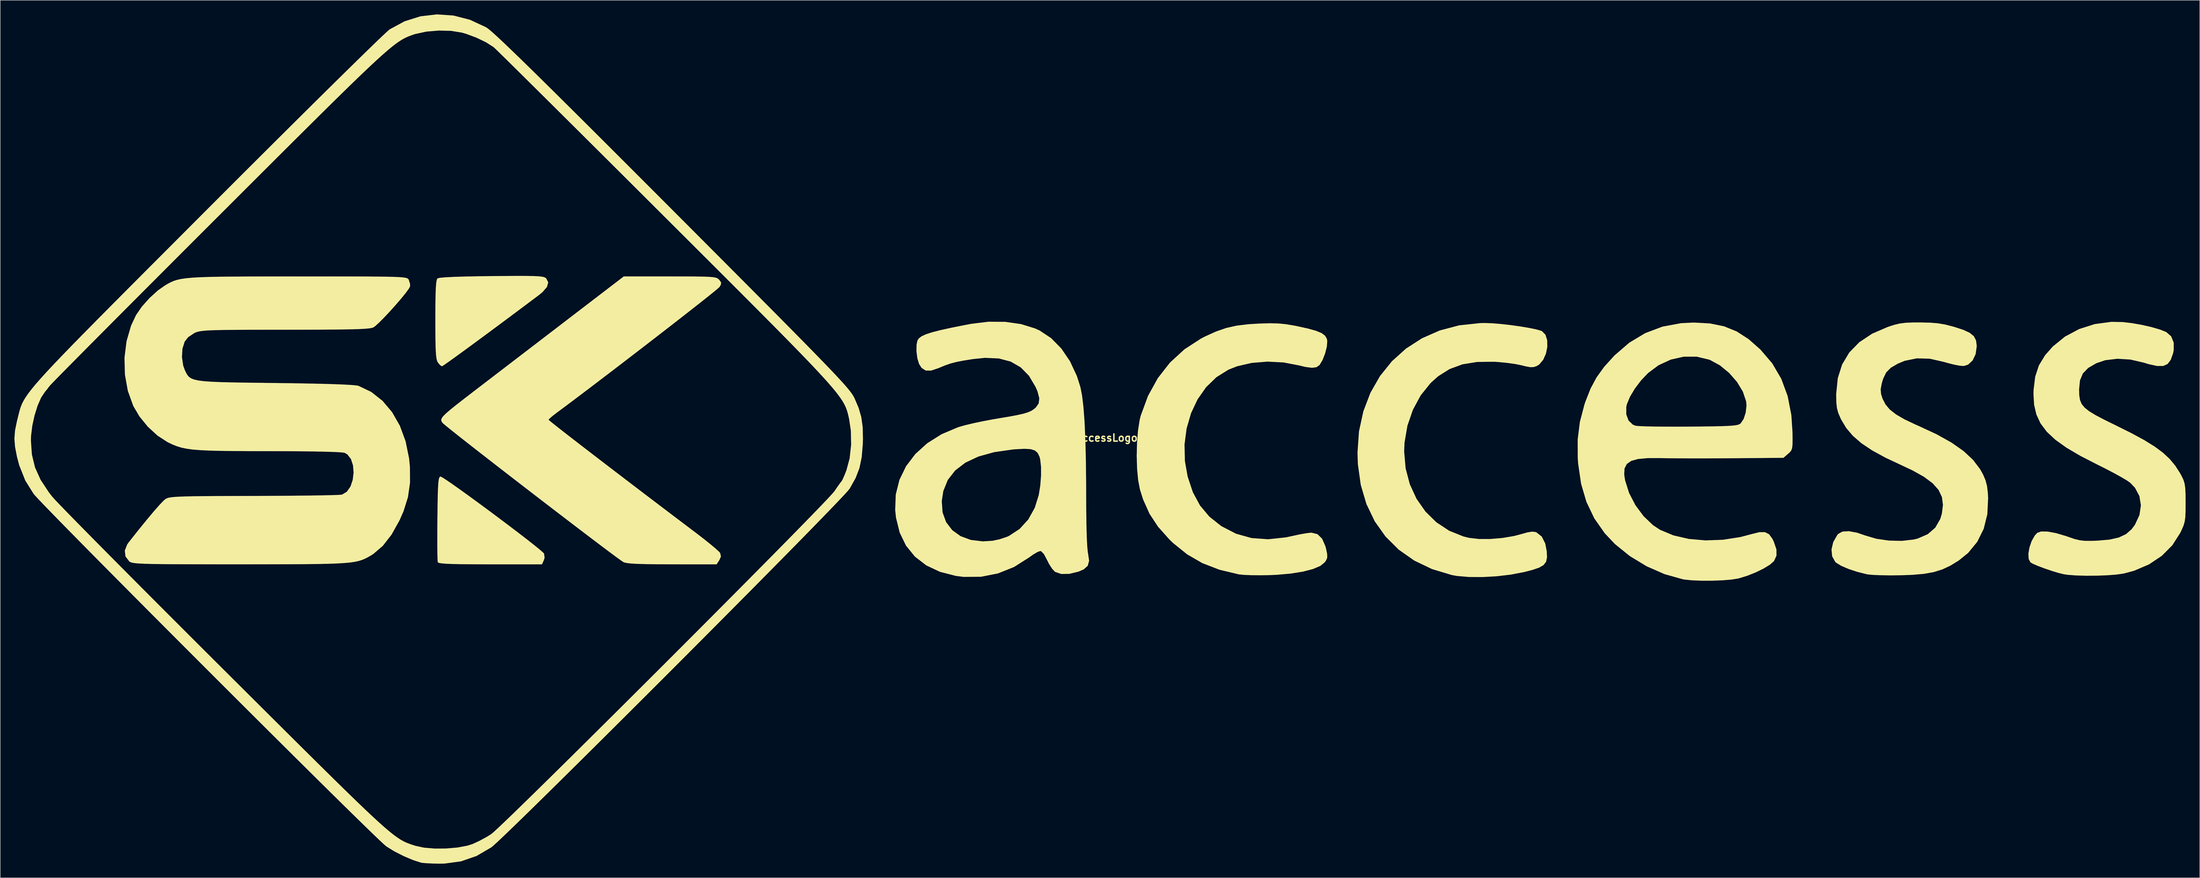
<source format=kicad_pcb>
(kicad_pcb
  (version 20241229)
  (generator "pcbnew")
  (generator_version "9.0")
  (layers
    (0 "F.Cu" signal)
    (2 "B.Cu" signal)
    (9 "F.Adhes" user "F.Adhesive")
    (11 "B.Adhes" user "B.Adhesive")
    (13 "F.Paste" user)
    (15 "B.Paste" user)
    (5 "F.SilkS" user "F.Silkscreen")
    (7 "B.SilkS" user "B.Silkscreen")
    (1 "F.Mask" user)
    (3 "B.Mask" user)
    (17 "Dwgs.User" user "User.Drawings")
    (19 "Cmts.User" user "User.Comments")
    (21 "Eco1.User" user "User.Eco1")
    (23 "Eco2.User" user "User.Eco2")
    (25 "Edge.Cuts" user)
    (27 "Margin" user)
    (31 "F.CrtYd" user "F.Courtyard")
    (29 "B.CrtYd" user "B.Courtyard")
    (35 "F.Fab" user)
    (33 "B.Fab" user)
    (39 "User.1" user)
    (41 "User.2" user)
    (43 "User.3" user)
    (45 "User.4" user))
  (footprint "SKaccessLogo"
    (layer "F.Cu")
    (at 229.979 89.772)
    (property "Reference" "SKaccessLogo" (at 0 0 0) (layer "F.SilkS") (effects (font (size 1.524 1.524) (thickness 0.3))))
    (attr through_hole)
    (fp_poly (pts (xy -139.302 8.379) (xy -138.432 8.936) (xy -137.155 9.811) (xy -135.547 10.948) (xy -133.684 12.29) (xy -131.642 13.781) (xy -129.496 15.364) (xy -127.323 16.983) (xy -125.199 18.581) (xy -123.198 20.102) (xy -121.398 21.489) (xy -119.874 22.686) (xy -118.702 23.636) (xy -117.957 24.284) (xy -117.726 24.536) (xy -117.609 25.43) (xy -117.781 25.968) (xy -118.165 26.811) (xy -129.12 26.811) (xy -132.341 26.805) (xy -134.917 26.785) (xy -136.909 26.748) (xy -138.375 26.693) (xy -139.378 26.616) (xy -139.977 26.515) (xy -140.233 26.389) (xy -140.247 26.364) (xy -140.29 25.9) (xy -140.322 24.832) (xy -140.342 23.26) (xy -140.348 21.286) (xy -140.34 19.01) (xy -140.324 17.108) (xy -140.289 14.35) (xy -140.248 12.219) (xy -140.195 10.636) (xy -140.125 9.523) (xy -140.031 8.801) (xy -139.908 8.392) (xy -139.751 8.216) (xy -139.689 8.196) (xy -139.302 8.379)) (stroke (width 0.01) (type solid)) (fill yes) (layer "F.SilkS"))
    (fp_poly (pts (xy -121.353 -34.322) (xy -119.909 -34.295) (xy -118.866 -34.244) (xy -118.15 -34.165) (xy -117.684 -34.056) (xy -117.392 -33.912) (xy -117.268 -33.808) (xy -116.841 -32.97) (xy -117.104 -31.996) (xy -118.052 -30.892) (xy -118.784 -30.293) (xy -121.657 -28.136) (xy -124.498 -26.013) (xy -127.251 -23.964) (xy -129.859 -22.031) (xy -132.266 -20.256) (xy -134.415 -18.68) (xy -136.248 -17.345) (xy -137.711 -16.293) (xy -138.745 -15.565) (xy -139.294 -15.203) (xy -139.365 -15.169) (xy -139.765 -15.428) (xy -140.209 -15.953) (xy -140.388 -16.31) (xy -140.525 -16.861) (xy -140.624 -17.694) (xy -140.692 -18.897) (xy -140.734 -20.558) (xy -140.754 -22.764) (xy -140.758 -25.083) (xy -140.749 -27.901) (xy -140.718 -30.082) (xy -140.663 -31.695) (xy -140.579 -32.806) (xy -140.463 -33.484) (xy -140.312 -33.797) (xy -140.306 -33.803) (xy -139.802 -33.925) (xy -138.616 -34.033) (xy -136.773 -34.125) (xy -134.295 -34.2) (xy -131.207 -34.259) (xy -128.855 -34.287) (xy -125.75 -34.315) (xy -123.275 -34.327) (xy -121.353 -34.322)) (stroke (width 0.01) (type solid)) (fill yes) (layer "F.SilkS"))
    (fp_poly (pts (xy 83.256 -24.284) (xy 85.093 -24.131) (xy 87.092 -23.904) (xy 89.095 -23.626) (xy 90.94 -23.321) (xy 92.469 -23.011) (xy 93.522 -22.719) (xy 93.786 -22.606) (xy 94.517 -21.849) (xy 94.881 -20.686) (xy 94.905 -19.296) (xy 94.615 -17.859) (xy 94.037 -16.554) (xy 93.199 -15.561) (xy 92.691 -15.238) (xy 92.03 -15.006) (xy 91.293 -14.984) (xy 90.246 -15.18) (xy 89.516 -15.367) (xy 88.175 -15.643) (xy 86.416 -15.892) (xy 84.526 -16.077) (xy 83.604 -16.134) (xy 80.025 -16.094) (xy 76.915 -15.587) (xy 74.192 -14.585) (xy 71.773 -13.061) (xy 70.191 -11.644) (xy 68.078 -9.02) (xy 66.414 -5.948) (xy 65.252 -2.561) (xy 64.643 1.005) (xy 64.563 2.873) (xy 64.874 6.47) (xy 65.764 9.839) (xy 67.181 12.913) (xy 69.076 15.624) (xy 71.398 17.906) (xy 74.096 19.689) (xy 77.12 20.908) (xy 78.294 21.199) (xy 80.352 21.442) (xy 82.806 21.446) (xy 85.397 21.23) (xy 87.864 20.811) (xy 89.194 20.464) (xy 90.662 20.053) (xy 91.655 19.889) (xy 92.35 19.952) (xy 92.615 20.049) (xy 93.733 20.936) (xy 94.466 22.406) (xy 94.784 24.05) (xy 94.841 25.305) (xy 94.654 26.244) (xy 94.128 26.952) (xy 93.17 27.514) (xy 91.686 28.016) (xy 89.944 28.459) (xy 87.173 28.987) (xy 84.17 29.341) (xy 81.137 29.512) (xy 78.271 29.494) (xy 75.774 29.278) (xy 74.667 29.08) (xy 70.467 27.814) (xy 66.711 26.012) (xy 63.42 23.702) (xy 60.619 20.915) (xy 58.329 17.681) (xy 56.575 14.028) (xy 55.378 9.988) (xy 54.763 5.59) (xy 54.681 3.175) (xy 54.998 -1.375) (xy 55.925 -5.631) (xy 57.423 -9.552) (xy 59.452 -13.098) (xy 61.975 -16.232) (xy 64.952 -18.913) (xy 68.345 -21.102) (xy 72.114 -22.759) (xy 76.222 -23.846) (xy 80.629 -24.322) (xy 81.741 -24.341) (xy 83.256 -24.284)) (stroke (width 0.01) (type solid)) (fill yes) (layer "F.SilkS"))
    (fp_poly (pts (xy 37.835 -24.25) (xy 39.464 -24.095) (xy 41.229 -23.801) (xy 41.981 -23.651) (xy 44.266 -23.145) (xy 45.938 -22.673) (xy 47.088 -22.191) (xy 47.802 -21.654) (xy 48.17 -21.019) (xy 48.266 -20.534) (xy 48.181 -19.352) (xy 47.813 -17.898) (xy 47.265 -16.49) (xy 46.639 -15.447) (xy 46.629 -15.434) (xy 45.988 -14.983) (xy 45.025 -14.852) (xy 43.626 -15.037) (xy 42.333 -15.351) (xy 39.015 -15.987) (xy 35.595 -16.163) (xy 32.254 -15.891) (xy 29.174 -15.181) (xy 27.319 -14.453) (xy 24.773 -12.86) (xy 22.579 -10.727) (xy 20.772 -8.143) (xy 19.386 -5.197) (xy 18.455 -1.978) (xy 18.013 1.425) (xy 18.094 4.921) (xy 18.674 8.2) (xy 19.785 11.537) (xy 21.296 14.339) (xy 23.263 16.687) (xy 25.741 18.661) (xy 25.892 18.759) (xy 28.944 20.333) (xy 32.22 21.247) (xy 35.731 21.503) (xy 39.491 21.103) (xy 40.856 20.811) (xy 42.365 20.482) (xy 43.753 20.235) (xy 44.77 20.114) (xy 44.94 20.108) (xy 46.196 20.424) (xy 47.171 21.374) (xy 47.872 22.969) (xy 48.029 23.567) (xy 48.254 24.691) (xy 48.256 25.41) (xy 48.008 25.996) (xy 47.741 26.379) (xy 46.805 27.141) (xy 45.243 27.805) (xy 43.13 28.353) (xy 40.542 28.768) (xy 37.553 29.032) (xy 35.983 29.101) (xy 34.046 29.132) (xy 32.203 29.113) (xy 30.649 29.05) (xy 29.584 28.946) (xy 29.513 28.934) (xy 25.412 27.952) (xy 21.805 26.558) (xy 18.574 24.693) (xy 15.6 22.297) (xy 14.804 21.529) (xy 12.414 18.846) (xy 10.6 16.091) (xy 9.243 13.065) (xy 8.572 10.936) (xy 8.195 8.972) (xy 7.967 6.53) (xy 7.888 3.821) (xy 7.955 1.056) (xy 8.165 -1.554) (xy 8.516 -3.799) (xy 8.736 -4.689) (xy 10.284 -8.89) (xy 12.364 -12.658) (xy 14.95 -15.963) (xy 18.016 -18.774) (xy 21.538 -21.059) (xy 22.401 -21.502) (xy 24.715 -22.547) (xy 26.863 -23.29) (xy 29.075 -23.786) (xy 31.58 -24.089) (xy 33.867 -24.226) (xy 36.062 -24.288) (xy 37.835 -24.25)) (stroke (width 0.01) (type solid)) (fill yes) (layer "F.SilkS"))
    (fp_poly (pts (xy -88.146 -34.217) (xy -85.88 -34.206) (xy -84.154 -34.182) (xy -82.887 -34.138) (xy -81.995 -34.07) (xy -81.397 -33.971) (xy -81.011 -33.836) (xy -80.753 -33.66) (xy -80.618 -33.523) (xy -80.204 -32.956) (xy -80.26 -32.453) (xy -80.54 -31.984) (xy -80.891 -31.657) (xy -81.746 -30.947) (xy -83.05 -29.898) (xy -84.744 -28.555) (xy -86.771 -26.962) (xy -89.076 -25.162) (xy -91.599 -23.2) (xy -94.285 -21.121) (xy -97.077 -18.967) (xy -99.916 -16.783) (xy -102.747 -14.614) (xy -105.512 -12.503) (xy -108.154 -10.494) (xy -110.616 -8.632) (xy -112.84 -6.96) (xy -114.771 -5.523) (xy -115.084 -5.292) (xy -115.981 -4.597) (xy -116.591 -4.059) (xy -116.764 -3.836) (xy -116.491 -3.585) (xy -115.702 -2.944) (xy -114.441 -1.948) (xy -112.755 -0.633) (xy -110.69 0.967) (xy -108.292 2.816) (xy -105.606 4.878) (xy -102.679 7.12) (xy -99.556 9.504) (xy -96.284 11.997) (xy -92.907 14.563) (xy -89.474 17.166) (xy -86.028 19.771) (xy -85.617 20.081) (xy -83.992 21.33) (xy -82.555 22.477) (xy -81.405 23.438) (xy -80.645 24.13) (xy -80.388 24.426) (xy -80.241 25.172) (xy -80.593 25.953) (xy -81.155 26.811) (xy -90.584 26.809) (xy -93.648 26.799) (xy -96.075 26.769) (xy -97.933 26.717) (xy -99.292 26.638) (xy -100.219 26.529) (xy -100.784 26.388) (xy -100.894 26.338) (xy -101.387 26.011) (xy -102.369 25.301) (xy -103.785 24.251) (xy -105.578 22.906) (xy -107.69 21.309) (xy -110.067 19.503) (xy -112.649 17.533) (xy -115.382 15.442) (xy -118.209 13.273) (xy -121.072 11.07) (xy -123.915 8.878) (xy -126.681 6.739) (xy -129.313 4.696) (xy -131.756 2.795) (xy -133.952 1.078) (xy -135.844 -0.41) (xy -137.376 -1.627) (xy -138.492 -2.529) (xy -139.133 -3.071) (xy -139.265 -3.202) (xy -139.448 -3.498) (xy -139.52 -3.791) (xy -139.427 -4.129) (xy -139.117 -4.565) (xy -138.536 -5.15) (xy -137.631 -5.934) (xy -136.349 -6.968) (xy -134.637 -8.304) (xy -132.442 -9.993) (xy -131.233 -10.919) (xy -129.253 -12.436) (xy -126.831 -14.291) (xy -124.086 -16.394) (xy -121.136 -18.655) (xy -118.099 -20.981) (xy -115.095 -23.284) (xy -112.413 -25.339) (xy -100.824 -34.219) (xy -91.036 -34.219) (xy -88.146 -34.217)) (stroke (width 0.01) (type solid)) (fill yes) (layer "F.SilkS"))
    (fp_poly (pts (xy 176.054 -24.415) (xy 177.766 -24.272) (xy 179.335 -23.996) (xy 181.041 -23.551) (xy 181.106 -23.533) (xy 183.078 -22.891) (xy 184.448 -22.253) (xy 185.312 -21.535) (xy 185.768 -20.654) (xy 185.913 -19.526) (xy 185.914 -19.393) (xy 185.683 -17.751) (xy 185.05 -16.419) (xy 184.103 -15.533) (xy 183.197 -15.237) (xy 182.359 -15.292) (xy 181.084 -15.533) (xy 179.599 -15.913) (xy 179.048 -16.077) (xy 176.002 -16.775) (xy 173.233 -16.862) (xy 170.662 -16.336) (xy 169.205 -15.738) (xy 167.715 -14.868) (xy 166.734 -13.876) (xy 166.081 -12.536) (xy 165.775 -11.488) (xy 165.554 -10.288) (xy 165.638 -9.29) (xy 165.965 -8.284) (xy 166.583 -7.075) (xy 167.506 -5.987) (xy 168.827 -4.954) (xy 170.634 -3.906) (xy 173.017 -2.778) (xy 173.635 -2.509) (xy 177.434 -0.744) (xy 180.581 1.014) (xy 183.128 2.804) (xy 185.127 4.666) (xy 186.631 6.639) (xy 187.248 7.749) (xy 187.775 8.978) (xy 188.097 10.208) (xy 188.273 11.712) (xy 188.33 12.786) (xy 188.163 16.194) (xy 187.391 19.289) (xy 186.031 22.033) (xy 184.101 24.388) (xy 182.096 26.009) (xy 180.348 27.083) (xy 178.64 27.885) (xy 176.819 28.453) (xy 174.732 28.827) (xy 172.226 29.044) (xy 169.686 29.134) (xy 167.653 29.151) (xy 165.742 29.126) (xy 164.123 29.063) (xy 162.967 28.967) (xy 162.655 28.917) (xy 160.629 28.412) (xy 158.761 27.795) (xy 157.213 27.132) (xy 156.149 26.484) (xy 155.936 26.291) (xy 155.281 25.112) (xy 155.145 23.655) (xy 155.51 22.097) (xy 156.356 20.617) (xy 156.557 20.373) (xy 157.44 19.877) (xy 158.8 19.791) (xy 160.547 20.111) (xy 162.25 20.69) (xy 164.619 21.394) (xy 167.303 21.784) (xy 170.032 21.847) (xy 172.536 21.564) (xy 173.413 21.352) (xy 175.543 20.425) (xy 177.138 19.038) (xy 178.197 17.192) (xy 178.533 16.067) (xy 178.764 14.212) (xy 178.546 12.557) (xy 177.836 11.05) (xy 176.59 9.64) (xy 174.764 8.273) (xy 172.316 6.899) (xy 170.038 5.828) (xy 166.591 4.209) (xy 163.764 2.665) (xy 161.483 1.139) (xy 159.673 -0.427) (xy 158.263 -2.089) (xy 157.176 -3.904) (xy 157.026 -4.217) (xy 156.563 -5.317) (xy 156.291 -6.336) (xy 156.164 -7.529) (xy 156.14 -9.146) (xy 156.142 -9.349) (xy 156.472 -12.641) (xy 157.395 -15.557) (xy 158.915 -18.1) (xy 161.034 -20.271) (xy 163.755 -22.076) (xy 167.078 -23.515) (xy 167.079 -23.515) (xy 168.442 -23.956) (xy 169.628 -24.238) (xy 170.873 -24.395) (xy 172.409 -24.457) (xy 173.919 -24.463) (xy 176.054 -24.415)) (stroke (width 0.01) (type solid)) (fill yes) (layer "F.SilkS"))
    (fp_poly (pts (xy 216.782 -24.549) (xy 218.77 -24.321) (xy 220.904 -23.946) (xy 222.974 -23.474) (xy 224.768 -22.953) (xy 226.074 -22.431) (xy 226.093 -22.421) (xy 227.126 -21.516) (xy 227.662 -20.191) (xy 227.663 -18.559) (xy 227.529 -17.926) (xy 227.041 -16.554) (xy 226.38 -15.67) (xy 225.447 -15.241) (xy 224.144 -15.237) (xy 222.372 -15.626) (xy 221.317 -15.947) (xy 218.501 -16.599) (xy 215.727 -16.771) (xy 213.162 -16.464) (xy 211.282 -15.832) (xy 209.538 -14.822) (xy 208.407 -13.649) (xy 207.795 -12.171) (xy 207.61 -10.247) (xy 207.61 -10.231) (xy 207.645 -9.023) (xy 207.8 -8.033) (xy 208.149 -7.189) (xy 208.767 -6.418) (xy 209.729 -5.649) (xy 211.108 -4.809) (xy 212.979 -3.827) (xy 215.418 -2.629) (xy 215.499 -2.59) (xy 218.765 -0.962) (xy 221.447 0.496) (xy 223.628 1.848) (xy 225.392 3.158) (xy 226.82 4.489) (xy 227.995 5.907) (xy 229.001 7.473) (xy 229.351 8.114) (xy 229.722 8.895) (xy 229.965 9.674) (xy 230.106 10.626) (xy 230.171 11.929) (xy 230.188 13.76) (xy 230.188 13.766) (xy 230.176 15.555) (xy 230.119 16.835) (xy 229.98 17.802) (xy 229.726 18.654) (xy 229.319 19.586) (xy 229.047 20.147) (xy 227.37 22.77) (xy 225.136 25.013) (xy 222.413 26.831) (xy 219.266 28.173) (xy 217.104 28.752) (xy 215.595 28.974) (xy 213.613 29.129) (xy 211.368 29.215) (xy 209.07 29.228) (xy 206.928 29.167) (xy 205.153 29.029) (xy 204.357 28.909) (xy 203.226 28.629) (xy 201.818 28.2) (xy 200.326 27.691) (xy 198.944 27.172) (xy 197.865 26.712) (xy 197.303 26.395) (xy 196.925 25.666) (xy 196.873 24.535) (xy 197.104 23.2) (xy 197.57 21.859) (xy 198.227 20.708) (xy 198.754 20.138) (xy 199.598 19.847) (xy 200.963 19.874) (xy 202.749 20.207) (xy 204.856 20.832) (xy 205.317 20.995) (xy 206.638 21.444) (xy 207.729 21.714) (xy 208.843 21.836) (xy 210.229 21.844) (xy 211.518 21.797) (xy 214.058 21.576) (xy 216.031 21.132) (xy 217.556 20.415) (xy 218.749 19.374) (xy 219.453 18.424) (xy 220.409 16.367) (xy 220.72 14.305) (xy 220.398 12.34) (xy 219.455 10.572) (xy 218.429 9.504) (xy 217.683 8.99) (xy 216.434 8.253) (xy 214.816 7.365) (xy 212.965 6.402) (xy 211.49 5.669) (xy 207.902 3.828) (xy 204.953 2.093) (xy 202.593 0.405) (xy 200.775 -1.291) (xy 199.45 -3.053) (xy 198.569 -4.938) (xy 198.085 -7.001) (xy 197.948 -9.301) (xy 197.974 -10.181) (xy 198.315 -12.971) (xy 199.096 -15.348) (xy 200.405 -17.506) (xy 202.041 -19.359) (xy 204.629 -21.461) (xy 207.631 -23.061) (xy 210.931 -24.115) (xy 214.41 -24.584) (xy 216.782 -24.549)) (stroke (width 0.01) (type solid)) (fill yes) (layer "F.SilkS"))
    (fp_poly (pts (xy 129.381 -24.25) (xy 132.364 -23.643) (xy 135.042 -22.556) (xy 137.568 -20.927) (xy 140.085 -18.704) (xy 142.579 -15.782) (xy 144.492 -12.517) (xy 145.836 -8.88) (xy 146.625 -4.839) (xy 146.863 -1.296) (xy 146.887 0.389) (xy 146.867 1.521) (xy 146.772 2.251) (xy 146.573 2.731) (xy 146.239 3.114) (xy 145.942 3.378) (xy 144.952 4.233) (xy 134.124 4.322) (xy 131.163 4.34) (xy 128.196 4.35) (xy 125.36 4.349) (xy 122.794 4.34) (xy 120.638 4.322) (xy 119.029 4.296) (xy 118.859 4.291) (xy 116.188 4.292) (xy 114.15 4.478) (xy 112.689 4.884) (xy 111.748 5.547) (xy 111.271 6.502) (xy 111.202 7.783) (xy 111.386 8.992) (xy 112.236 11.688) (xy 113.581 14.28) (xy 115.307 16.606) (xy 117.299 18.505) (xy 118.793 19.494) (xy 121.617 20.677) (xy 124.87 21.429) (xy 128.414 21.742) (xy 132.114 21.612) (xy 135.835 21.031) (xy 138.199 20.409) (xy 139.85 19.999) (xy 141.038 19.994) (xy 141.908 20.443) (xy 142.605 21.394) (xy 142.885 21.961) (xy 143.458 23.625) (xy 143.482 24.963) (xy 142.959 26.093) (xy 142.905 26.164) (xy 142.077 26.892) (xy 140.746 27.704) (xy 139.095 28.512) (xy 137.306 29.228) (xy 135.56 29.764) (xy 135.377 29.809) (xy 133.93 30.041) (xy 132.003 30.199) (xy 129.821 30.281) (xy 127.604 30.283) (xy 125.576 30.203) (xy 123.959 30.036) (xy 123.649 29.981) (xy 119.755 28.889) (xy 115.955 27.22) (xy 112.397 25.061) (xy 109.232 22.502) (xy 107.079 20.22) (xy 104.865 17.057) (xy 103.203 13.583) (xy 102.07 9.733) (xy 101.444 5.444) (xy 101.36 4.233) (xy 101.353 0.29) (xy 101.814 -3.382) (xy 102.649 -6.563) (xy 111.641 -6.563) (xy 111.645 -4.947) (xy 112.135 -3.646) (xy 113.05 -2.783) (xy 113.599 -2.567) (xy 114.215 -2.499) (xy 115.437 -2.444) (xy 117.165 -2.401) (xy 119.299 -2.374) (xy 121.74 -2.364) (xy 124.386 -2.372) (xy 124.938 -2.376) (xy 127.946 -2.405) (xy 130.327 -2.438) (xy 132.16 -2.483) (xy 133.524 -2.542) (xy 134.496 -2.622) (xy 135.156 -2.726) (xy 135.582 -2.861) (xy 135.853 -3.03) (xy 135.876 -3.05) (xy 136.521 -4.003) (xy 136.962 -5.362) (xy 137.127 -6.842) (xy 137.053 -7.729) (xy 136.358 -9.795) (xy 135.11 -11.86) (xy 133.444 -13.769) (xy 131.498 -15.369) (xy 129.408 -16.507) (xy 129.204 -16.587) (xy 126.559 -17.216) (xy 123.804 -17.208) (xy 121.068 -16.591) (xy 118.477 -15.394) (xy 116.265 -13.743) (xy 114.781 -12.185) (xy 113.461 -10.444) (xy 112.418 -8.698) (xy 111.769 -7.129) (xy 111.641 -6.563) (xy 102.649 -6.563) (xy 102.782 -7.069) (xy 102.986 -7.677) (xy 104.076 -10.443) (xy 105.356 -12.829) (xy 106.971 -15.064) (xy 109.065 -17.376) (xy 109.185 -17.497) (xy 112.283 -20.17) (xy 115.658 -22.195) (xy 119.313 -23.573) (xy 123.255 -24.306) (xy 125.942 -24.439) (xy 129.381 -24.25)) (stroke (width 0.01) (type solid)) (fill yes) (layer "F.SilkS"))
    (fp_poly (pts (xy -19.968 -24.589) (xy -16.627 -24.109) (xy -13.653 -23.19) (xy -12.683 -22.746) (xy -10.259 -21.137) (xy -8.095 -18.937) (xy -6.255 -16.231) (xy -4.798 -13.105) (xy -4.053 -10.76) (xy -3.702 -8.985) (xy -3.41 -6.562) (xy -3.179 -3.48) (xy -3.006 0.271) (xy -2.892 4.701) (xy -2.836 9.82) (xy -2.83 12.103) (xy -2.813 15.638) (xy -2.769 18.659) (xy -2.699 21.123) (xy -2.605 22.988) (xy -2.487 24.211) (xy -2.422 24.559) (xy -2.208 26.052) (xy -2.493 27.116) (xy -3.347 27.883) (xy -4.446 28.356) (xy -6.423 28.835) (xy -8.114 28.854) (xy -9.397 28.411) (xy -9.466 28.365) (xy -10.051 27.734) (xy -10.707 26.707) (xy -11.112 25.896) (xy -11.769 24.654) (xy -12.352 24.045) (xy -12.56 23.989) (xy -13.141 24.194) (xy -14.054 24.73) (xy -14.968 25.381) (xy -18.113 27.375) (xy -21.519 28.737) (xy -25.104 29.444) (xy -28.784 29.476) (xy -30.422 29.269) (xy -33.814 28.4) (xy -36.72 27.028) (xy -39.123 25.173) (xy -41.004 22.853) (xy -42.346 20.09) (xy -43.131 16.902) (xy -43.299 15.3) (xy -43.229 13.406) (xy -33.433 13.406) (xy -33.265 15.806) (xy -32.509 17.874) (xy -31.222 19.566) (xy -29.458 20.838) (xy -27.275 21.647) (xy -24.728 21.949) (xy -22.663 21.822) (xy -21.187 21.509) (xy -19.674 21.008) (xy -19.185 20.794) (xy -16.935 19.321) (xy -15.095 17.308) (xy -13.711 14.819) (xy -12.872 12.123) (xy -12.549 10.113) (xy -12.387 8.038) (xy -12.392 6.112) (xy -12.568 4.55) (xy -12.718 3.982) (xy -13.104 3.196) (xy -13.692 2.677) (xy -14.597 2.394) (xy -15.934 2.318) (xy -17.817 2.416) (xy -18.421 2.468) (xy -22.341 3.031) (xy -25.681 3.963) (xy -28.434 5.258) (xy -30.595 6.912) (xy -32.156 8.92) (xy -33.111 11.278) (xy -33.433 13.406) (xy -43.229 13.406) (xy -43.177 12.015) (xy -42.398 8.907) (xy -41.001 6.026) (xy -39.022 3.42) (xy -36.499 1.139) (xy -33.469 -0.767) (xy -29.971 -2.25) (xy -29.934 -2.262) (xy -28.603 -2.646) (xy -26.781 -3.084) (xy -24.675 -3.53) (xy -22.491 -3.939) (xy -21.708 -4.072) (xy -19.288 -4.478) (xy -17.458 -4.817) (xy -16.107 -5.121) (xy -15.127 -5.42) (xy -14.407 -5.747) (xy -13.838 -6.134) (xy -13.494 -6.435) (xy -12.885 -7.3) (xy -12.759 -8.38) (xy -13.118 -9.79) (xy -13.539 -10.783) (xy -14.943 -13.153) (xy -16.692 -14.944) (xy -18.813 -16.167) (xy -21.334 -16.836) (xy -24.284 -16.963) (xy -26.811 -16.706) (xy -28.816 -16.384) (xy -30.329 -16.091) (xy -31.558 -15.773) (xy -32.712 -15.373) (xy -33.998 -14.839) (xy -34.084 -14.801) (xy -35.654 -14.272) (xy -36.828 -14.273) (xy -37.698 -14.821) (xy -38.234 -15.66) (xy -38.601 -16.853) (xy -38.788 -18.321) (xy -38.771 -19.733) (xy -38.586 -20.622) (xy -38.286 -21.088) (xy -37.716 -21.521) (xy -36.809 -21.942) (xy -35.497 -22.372) (xy -33.715 -22.832) (xy -31.394 -23.342) (xy -28.467 -23.924) (xy -27.164 -24.172) (xy -23.529 -24.615) (xy -19.968 -24.589)) (stroke (width 0.01) (type solid)) (fill yes) (layer "F.SilkS"))
    (fp_poly (pts (xy -161.26 -34.214) (xy -157.926 -34.21) (xy -155.145 -34.2) (xy -152.863 -34.183) (xy -151.031 -34.159) (xy -149.596 -34.124) (xy -148.508 -34.078) (xy -147.716 -34.02) (xy -147.167 -33.947) (xy -146.81 -33.858) (xy -146.595 -33.751) (xy -146.47 -33.625) (xy -146.393 -33.496) (xy -146.125 -32.637) (xy -146.116 -32.124) (xy -146.399 -31.59) (xy -147.074 -30.672) (xy -148.037 -29.489) (xy -149.183 -28.158) (xy -150.407 -26.796) (xy -151.604 -25.52) (xy -152.669 -24.448) (xy -153.497 -23.698) (xy -153.882 -23.426) (xy -154.213 -23.311) (xy -154.765 -23.214) (xy -155.591 -23.134) (xy -156.748 -23.069) (xy -158.291 -23.019) (xy -160.276 -22.981) (xy -162.759 -22.953) (xy -165.794 -22.936) (xy -169.439 -22.926) (xy -172.579 -22.923) (xy -176.592 -22.92) (xy -179.961 -22.913) (xy -182.75 -22.9) (xy -185.02 -22.879) (xy -186.834 -22.848) (xy -188.253 -22.805) (xy -189.342 -22.746) (xy -190.161 -22.671) (xy -190.772 -22.576) (xy -191.24 -22.461) (xy -191.625 -22.321) (xy -191.8 -22.245) (xy -193.156 -21.345) (xy -193.894 -20.401) (xy -194.365 -18.908) (xy -194.469 -17.118) (xy -194.209 -15.336) (xy -193.854 -14.342) (xy -193.585 -13.783) (xy -193.313 -13.314) (xy -192.978 -12.925) (xy -192.52 -12.609) (xy -191.877 -12.357) (xy -190.988 -12.159) (xy -189.795 -12.008) (xy -188.235 -11.895) (xy -186.248 -11.811) (xy -183.774 -11.748) (xy -180.752 -11.698) (xy -177.121 -11.651) (xy -174.625 -11.62) (xy -170.018 -11.556) (xy -166.1 -11.482) (xy -162.876 -11.398) (xy -160.346 -11.305) (xy -158.515 -11.203) (xy -157.385 -11.091) (xy -157.045 -11.019) (xy -154.346 -9.729) (xy -151.961 -7.85) (xy -149.929 -5.444) (xy -148.288 -2.57) (xy -147.077 0.708) (xy -146.334 4.332) (xy -146.152 6.214) (xy -146.137 9.547) (xy -146.571 12.57) (xy -147.506 15.554) (xy -148.343 17.462) (xy -150.039 20.504) (xy -151.905 22.9) (xy -153.924 24.628) (xy -154.37 24.907) (xy -155.007 25.273) (xy -155.613 25.589) (xy -156.243 25.858) (xy -156.953 26.084) (xy -157.798 26.271) (xy -158.832 26.423) (xy -160.112 26.542) (xy -161.693 26.634) (xy -163.629 26.701) (xy -165.976 26.748) (xy -168.789 26.778) (xy -172.123 26.796) (xy -176.034 26.804) (xy -180.577 26.807) (xy -182.259 26.807) (xy -186.829 26.807) (xy -190.746 26.803) (xy -194.062 26.796) (xy -196.829 26.782) (xy -199.099 26.762) (xy -200.925 26.732) (xy -202.359 26.693) (xy -203.453 26.642) (xy -204.26 26.579) (xy -204.831 26.502) (xy -205.219 26.409) (xy -205.476 26.3) (xy -205.629 26.194) (xy -206.433 25.138) (xy -206.577 23.906) (xy -206.06 22.585) (xy -205.781 22.191) (xy -203.771 19.652) (xy -201.979 17.442) (xy -200.447 15.613) (xy -199.218 14.214) (xy -198.336 13.296) (xy -197.947 12.967) (xy -197.693 12.828) (xy -197.345 12.711) (xy -196.842 12.614) (xy -196.124 12.536) (xy -195.131 12.473) (xy -193.804 12.424) (xy -192.082 12.387) (xy -189.906 12.36) (xy -187.216 12.341) (xy -183.952 12.327) (xy -180.054 12.316) (xy -179.211 12.314) (xy -175.706 12.302) (xy -172.396 12.282) (xy -169.352 12.255) (xy -166.645 12.222) (xy -164.345 12.184) (xy -162.523 12.141) (xy -161.251 12.096) (xy -160.598 12.049) (xy -160.546 12.039) (xy -159.51 11.418) (xy -158.748 10.32) (xy -158.27 8.913) (xy -158.087 7.361) (xy -158.209 5.832) (xy -158.646 4.493) (xy -159.409 3.509) (xy -159.991 3.173) (xy -160.573 3.087) (xy -161.81 3.011) (xy -163.65 2.945) (xy -166.041 2.892) (xy -168.934 2.853) (xy -172.277 2.827) (xy -176.018 2.817) (xy -176.147 2.817) (xy -180.168 2.812) (xy -183.554 2.794) (xy -186.378 2.758) (xy -188.71 2.697) (xy -190.621 2.605) (xy -192.184 2.475) (xy -193.469 2.301) (xy -194.547 2.076) (xy -195.49 1.794) (xy -196.37 1.448) (xy -197.256 1.032) (xy -197.556 0.882) (xy -199.659 -0.487) (xy -201.692 -2.357) (xy -203.47 -4.534) (xy -204.777 -6.754) (xy -205.932 -9.954) (xy -206.552 -13.414) (xy -206.642 -16.977) (xy -206.206 -20.487) (xy -205.25 -23.786) (xy -204.192 -26.031) (xy -202.958 -27.819) (xy -201.331 -29.642) (xy -199.543 -31.264) (xy -198.009 -32.342) (xy -197.385 -32.701) (xy -196.79 -33.011) (xy -196.168 -33.275) (xy -195.465 -33.497) (xy -194.627 -33.681) (xy -193.598 -33.83) (xy -192.324 -33.949) (xy -190.751 -34.04) (xy -188.824 -34.107) (xy -186.489 -34.154) (xy -183.69 -34.185) (xy -180.373 -34.203) (xy -176.484 -34.212) (xy -171.967 -34.215) (xy -169.787 -34.215) (xy -165.196 -34.216) (xy -161.26 -34.214)) (stroke (width 0.01) (type solid)) (fill yes) (layer "F.SilkS"))
    (fp_poly (pts (xy -136.912 -89.524) (xy -133.443 -88.63) (xy -130.105 -87.085) (xy -129.899 -86.965) (xy -129.464 -86.65) (xy -128.765 -86.059) (xy -127.783 -85.174) (xy -126.503 -83.979) (xy -124.907 -82.458) (xy -122.977 -80.594) (xy -120.698 -78.37) (xy -118.052 -75.769) (xy -115.023 -72.775) (xy -111.592 -69.371) (xy -107.743 -65.54) (xy -103.46 -61.266) (xy -98.724 -56.531) (xy -93.52 -51.32) (xy -90.472 -48.265) (xy -85.403 -43.182) (xy -80.808 -38.573) (xy -76.665 -34.413) (xy -72.948 -30.677) (xy -69.633 -27.34) (xy -66.698 -24.378) (xy -64.117 -21.765) (xy -61.866 -19.477) (xy -59.921 -17.488) (xy -58.259 -15.774) (xy -56.856 -14.311) (xy -55.686 -13.072) (xy -54.726 -12.033) (xy -53.953 -11.17) (xy -53.341 -10.457) (xy -52.867 -9.87) (xy -52.507 -9.383) (xy -52.237 -8.971) (xy -52.033 -8.611) (xy -51.936 -8.418) (xy -51.053 -6.351) (xy -50.487 -4.383) (xy -50.196 -2.285) (xy -50.139 0.173) (xy -50.174 1.362) (xy -50.403 4.106) (xy -50.883 6.409) (xy -51.687 8.51) (xy -52.887 10.652) (xy -52.979 10.797) (xy -53.39 11.297) (xy -54.268 12.259) (xy -55.579 13.647) (xy -57.289 15.429) (xy -59.363 17.568) (xy -61.766 20.032) (xy -64.465 22.785) (xy -67.425 25.792) (xy -70.612 29.02) (xy -73.99 32.435) (xy -77.527 36) (xy -81.187 39.683) (xy -84.936 43.449) (xy -88.739 47.263) (xy -92.563 51.091) (xy -96.373 54.898) (xy -100.134 58.65) (xy -103.811 62.312) (xy -107.372 65.851) (xy -110.78 69.231) (xy -114.003 72.419) (xy -117.005 75.379) (xy -119.751 78.078) (xy -122.209 80.48) (xy -124.342 82.552) (xy -126.118 84.259) (xy -127.5 85.566) (xy -128.456 86.439) (xy -128.913 86.819) (xy -132.034 88.639) (xy -135.34 89.78) (xy -138.869 90.256) (xy -139.983 90.27) (xy -141.467 90.233) (xy -142.744 90.168) (xy -143.6 90.088) (xy -143.757 90.06) (xy -145.481 89.509) (xy -147.475 88.663) (xy -149.45 87.657) (xy -151.116 86.628) (xy -151.165 86.593) (xy -151.651 86.175) (xy -152.598 85.29) (xy -153.973 83.974) (xy -155.74 82.261) (xy -157.864 80.184) (xy -160.312 77.781) (xy -163.048 75.084) (xy -166.037 72.128) (xy -169.246 68.949) (xy -172.638 65.581) (xy -176.181 62.058) (xy -179.838 58.416) (xy -183.575 54.689) (xy -187.357 50.911) (xy -191.15 47.118) (xy -194.92 43.344) (xy -198.63 39.624) (xy -202.247 35.992) (xy -205.737 32.483) (xy -209.063 29.133) (xy -212.192 25.974) (xy -215.088 23.043) (xy -217.718 20.374) (xy -220.046 18.002) (xy -222.038 15.961) (xy -223.659 14.286) (xy -224.874 13.012) (xy -225.649 12.173) (xy -225.904 11.873) (xy -227.664 9.052) (xy -228.945 5.838) (xy -229.435 3.987) (xy -229.837 1.906) (xy -229.945 0.529) (xy -226.483 0.529) (xy -226.276 3.534) (xy -225.612 6.267) (xy -224.433 8.887) (xy -222.678 11.55) (xy -221.915 12.524) (xy -221.426 13.067) (xy -220.467 14.077) (xy -219.069 15.522) (xy -217.263 17.371) (xy -215.079 19.593) (xy -212.548 22.157) (xy -209.701 25.032) (xy -206.569 28.186) (xy -203.183 31.59) (xy -199.573 35.211) (xy -195.77 39.018) (xy -191.805 42.981) (xy -187.708 47.069) (xy -185.361 49.408) (xy -180.437 54.313) (xy -175.986 58.746) (xy -171.981 62.731) (xy -168.394 66.294) (xy -165.199 69.459) (xy -162.368 72.252) (xy -159.874 74.697) (xy -157.689 76.82) (xy -155.788 78.645) (xy -154.141 80.199) (xy -152.723 81.504) (xy -151.505 82.588) (xy -150.461 83.474) (xy -149.563 84.187) (xy -148.785 84.754) (xy -148.098 85.198) (xy -147.476 85.545) (xy -146.892 85.819) (xy -146.318 86.046) (xy -145.727 86.251) (xy -145.092 86.459) (xy -145.011 86.485) (xy -143.178 86.882) (xy -140.915 87.071) (xy -138.463 87.058) (xy -136.064 86.851) (xy -133.958 86.458) (xy -132.904 86.123) (xy -131.436 85.45) (xy -129.846 84.585) (xy -128.944 84.022) (xy -128.433 83.596) (xy -127.461 82.704) (xy -126.064 81.38) (xy -124.277 79.66) (xy -122.135 77.58) (xy -119.674 75.174) (xy -116.929 72.479) (xy -113.935 69.528) (xy -110.728 66.358) (xy -107.343 63.004) (xy -103.815 59.501) (xy -100.18 55.885) (xy -96.472 52.19) (xy -92.728 48.452) (xy -88.982 44.707) (xy -85.271 40.989) (xy -81.628 37.334) (xy -78.09 33.777) (xy -74.692 30.354) (xy -71.469 27.1) (xy -68.456 24.049) (xy -65.689 21.238) (xy -63.203 18.702) (xy -61.034 16.476) (xy -59.216 14.594) (xy -57.785 13.094) (xy -56.777 12.009) (xy -56.226 11.375) (xy -56.162 11.289) (xy -55.466 10.273) (xy -54.917 9.509) (xy -54.645 9.172) (xy -54.419 8.773) (xy -54.04 7.906) (xy -53.635 6.879) (xy -52.953 4.334) (xy -52.636 1.439) (xy -52.697 -1.541) (xy -53.062 -3.971) (xy -53.211 -4.635) (xy -53.361 -5.254) (xy -53.539 -5.853) (xy -53.767 -6.46) (xy -54.07 -7.099) (xy -54.471 -7.799) (xy -54.996 -8.584) (xy -55.666 -9.482) (xy -56.508 -10.519) (xy -57.544 -11.72) (xy -58.799 -13.112) (xy -60.296 -14.723) (xy -62.061 -16.577) (xy -64.115 -18.701) (xy -66.485 -21.122) (xy -69.193 -23.866) (xy -72.264 -26.959) (xy -75.722 -30.427) (xy -79.59 -34.298) (xy -83.893 -38.596) (xy -88.655 -43.349) (xy -92.177 -46.864) (xy -96.352 -51.03) (xy -100.4 -55.065) (xy -104.29 -58.941) (xy -107.994 -62.629) (xy -111.484 -66.1) (xy -114.729 -69.326) (xy -117.701 -72.277) (xy -120.371 -74.925) (xy -122.71 -77.242) (xy -124.688 -79.197) (xy -126.278 -80.763) (xy -127.45 -81.91) (xy -128.174 -82.611) (xy -128.411 -82.829) (xy -130.013 -83.855) (xy -132.041 -84.835) (xy -134.22 -85.646) (xy -135.139 -85.911) (xy -137.422 -86.282) (xy -140.031 -86.349) (xy -142.66 -86.125) (xy -145.004 -85.621) (xy -145.309 -85.523) (xy -145.906 -85.316) (xy -146.477 -85.098) (xy -147.048 -84.845) (xy -147.647 -84.531) (xy -148.299 -84.132) (xy -149.031 -83.623) (xy -149.87 -82.981) (xy -150.843 -82.179) (xy -151.974 -81.193) (xy -153.292 -80) (xy -154.822 -78.574) (xy -156.592 -76.89) (xy -158.627 -74.924) (xy -160.954 -72.652) (xy -163.6 -70.048) (xy -166.59 -67.088) (xy -169.953 -63.748) (xy -173.713 -60.002) (xy -177.898 -55.827) (xy -182.534 -51.197) (xy -186.612 -47.122) (xy -190.78 -42.956) (xy -194.816 -38.918) (xy -198.692 -35.037) (xy -202.378 -31.343) (xy -205.847 -27.863) (xy -209.07 -24.628) (xy -212.017 -21.665) (xy -214.66 -19.004) (xy -216.969 -16.674) (xy -218.917 -14.704) (xy -220.475 -13.122) (xy -221.613 -11.959) (xy -222.303 -11.242) (xy -222.512 -11.011) (xy -223.089 -10.249) (xy -223.503 -9.75) (xy -224.312 -8.542) (xy -225.066 -6.816) (xy -225.71 -4.76) (xy -226.19 -2.562) (xy -226.452 -0.409) (xy -226.483 0.529) (xy -229.945 0.529) (xy -229.974 0.16) (xy -229.84 -1.557) (xy -229.432 -3.553) (xy -229.314 -4.023) (xy -229.134 -4.752) (xy -228.971 -5.412) (xy -228.801 -6.031) (xy -228.602 -6.633) (xy -228.35 -7.247) (xy -228.019 -7.896) (xy -227.588 -8.609) (xy -227.032 -9.411) (xy -226.327 -10.329) (xy -225.45 -11.388) (xy -224.377 -12.615) (xy -223.085 -14.036) (xy -221.548 -15.678) (xy -219.745 -17.566) (xy -217.65 -19.727) (xy -215.24 -22.187) (xy -212.493 -24.972) (xy -209.382 -28.109) (xy -205.886 -31.624) (xy -201.981 -35.543) (xy -197.641 -39.892) (xy -192.845 -44.697) (xy -189.291 -48.259) (xy -185.004 -52.551) (xy -180.833 -56.719) (xy -176.808 -60.733) (xy -172.957 -64.567) (xy -169.31 -68.189) (xy -165.896 -71.573) (xy -162.743 -74.689) (xy -159.881 -77.508) (xy -157.339 -80.002) (xy -155.146 -82.143) (xy -153.331 -83.901) (xy -151.923 -85.247) (xy -150.951 -86.154) (xy -150.445 -86.592) (xy -150.42 -86.61) (xy -147.265 -88.309) (xy -143.906 -89.362) (xy -140.428 -89.767) (xy -136.912 -89.524)) (stroke (width 0.01) (type solid)) (fill yes) (layer "F.SilkS")))
  (gr_rect
    (start -3 -3)
    (end 463.171 183.047)
    (stroke (width 0.1) (type default))
    (fill no)
    (layer "Edge.Cuts")))
</source>
